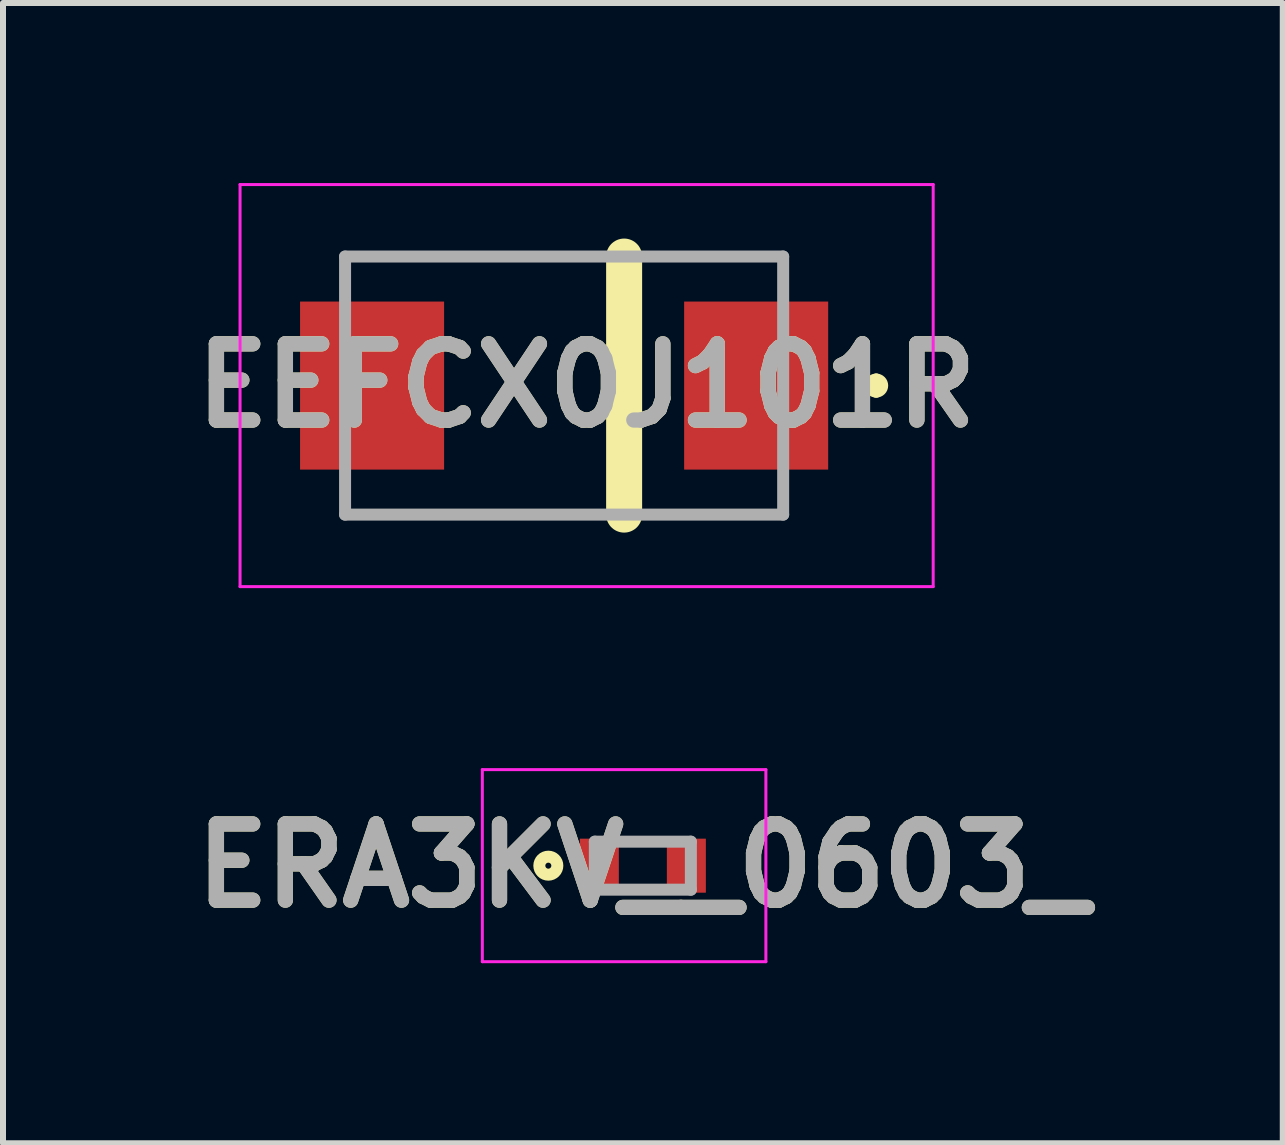
<source format=kicad_pcb>
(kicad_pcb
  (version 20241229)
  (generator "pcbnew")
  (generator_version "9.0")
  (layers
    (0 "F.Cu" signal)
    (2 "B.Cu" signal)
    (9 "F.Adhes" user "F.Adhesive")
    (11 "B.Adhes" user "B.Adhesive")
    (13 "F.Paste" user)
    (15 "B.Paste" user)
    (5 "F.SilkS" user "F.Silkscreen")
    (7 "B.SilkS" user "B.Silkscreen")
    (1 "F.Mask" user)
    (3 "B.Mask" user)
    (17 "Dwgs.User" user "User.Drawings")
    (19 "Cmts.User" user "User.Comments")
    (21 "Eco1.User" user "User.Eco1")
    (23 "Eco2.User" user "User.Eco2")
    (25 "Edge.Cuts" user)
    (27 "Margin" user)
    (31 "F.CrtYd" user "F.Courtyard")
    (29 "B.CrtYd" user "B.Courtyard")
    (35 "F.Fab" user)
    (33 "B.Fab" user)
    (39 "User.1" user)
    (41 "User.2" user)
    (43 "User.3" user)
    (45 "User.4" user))
  (footprint "EEFCX0J101R"
    (layer "F.Cu")
    (at 6.35 3.375)
    (property "Reference" "EEFCX0J101R" (at 0.375 0 0) (layer "F.SilkS") (effects (font (size 1.27 1.27) (thickness 0.254))))
    (attr smd)
    (fp_line (start -3.65 2.15) (end 3.65 2.15) (stroke (width 0.1) (type solid)) (layer "F.SilkS"))
    (fp_line (start 1 -2.15) (end 1 2.15) (stroke (width 0.6) (type solid)) (layer "F.SilkS"))
    (fp_line (start 3.65 -2.15) (end -3.65 -2.15) (stroke (width 0.1) (type solid)) (layer "F.SilkS"))
    (fp_line (start 5.2 -0.1) (end 5.2 -0.1) (stroke (width 0.2) (type solid)) (layer "F.SilkS"))
    (fp_line (start 5.2 0.1) (end 5.2 0.1) (stroke (width 0.2) (type solid)) (layer "F.SilkS"))
    (fp_arc (start 5.2 -0.1) (mid 5.3 0) (end 5.2 0.1) (stroke (width 0.2) (type solid)) (layer "F.SilkS"))
    (fp_arc (start 5.2 0.1) (mid 5.1 0) (end 5.2 -0.1) (stroke (width 0.2) (type solid)) (layer "F.SilkS"))
    (fp_line (start -5.4 -3.35) (end -5.4 3.35) (stroke (width 0.05) (type solid)) (layer "F.CrtYd"))
    (fp_line (start -5.4 3.35) (end 6.15 3.35) (stroke (width 0.05) (type solid)) (layer "F.CrtYd"))
    (fp_line (start 6.15 -3.35) (end -5.4 -3.35) (stroke (width 0.05) (type solid)) (layer "F.CrtYd"))
    (fp_line (start 6.15 3.35) (end 6.15 -3.35) (stroke (width 0.05) (type solid)) (layer "F.CrtYd"))
    (fp_line (start -3.65 -2.15) (end -3.65 2.15) (stroke (width 0.2) (type solid)) (layer "F.Fab"))
    (fp_line (start -3.65 2.15) (end 3.65 2.15) (stroke (width 0.2) (type solid)) (layer "F.Fab"))
    (fp_line (start 3.65 -2.15) (end -3.65 -2.15) (stroke (width 0.2) (type solid)) (layer "F.Fab"))
    (fp_line (start 3.65 2.15) (end 3.65 -2.15) (stroke (width 0.2) (type solid)) (layer "F.Fab"))
    (fp_text user "${REFERENCE}" (at 0.375 0 0) (layer "F.Fab") (effects (font (size 1.27 1.27) (thickness 0.254))))
    (pad "1" smd rect (at 3.2 0) (size 2.4 2.8) (layers "F.Cu" "F.Mask" "F.Paste"))
    (pad "2" smd rect (at -3.2 0) (size 2.4 2.8) (layers "F.Cu" "F.Mask" "F.Paste")))
  (footprint "ERA3KV__0603_"
    (layer "F.Cu")
    (at 7.662 11.375)
    (property "Reference" "ERA3KV__0603_" (at 0 0 0) (layer "F.SilkS") (effects (font (size 1.27 1.27) (thickness 0.254))))
    (attr smd)
    (fp_circle (center -1.575 0) (end -1.575 0.05) (stroke (width 0.2) (type solid)) (fill no) (layer "F.SilkS"))
    (fp_line (start -2.675 -1.6) (end 2.05 -1.6) (stroke (width 0.05) (type solid)) (layer "F.CrtYd"))
    (fp_line (start -2.675 1.6) (end -2.675 -1.6) (stroke (width 0.05) (type solid)) (layer "F.CrtYd"))
    (fp_line (start 2.05 -1.6) (end 2.05 1.6) (stroke (width 0.05) (type solid)) (layer "F.CrtYd"))
    (fp_line (start 2.05 1.6) (end -2.675 1.6) (stroke (width 0.05) (type solid)) (layer "F.CrtYd"))
    (fp_line (start -0.8 -0.4) (end 0.8 -0.4) (stroke (width 0.2) (type solid)) (layer "F.Fab"))
    (fp_line (start -0.8 0.4) (end -0.8 -0.4) (stroke (width 0.2) (type solid)) (layer "F.Fab"))
    (fp_line (start 0.8 -0.4) (end 0.8 0.4) (stroke (width 0.2) (type solid)) (layer "F.Fab"))
    (fp_line (start 0.8 0.4) (end -0.8 0.4) (stroke (width 0.2) (type solid)) (layer "F.Fab"))
    (fp_text user "${REFERENCE}" (at 0 0 0) (layer "F.Fab") (effects (font (size 1.27 1.27) (thickness 0.254))))
    (pad "1" smd rect (at -0.725 0) (size 0.65 0.9) (layers "F.Cu" "F.Mask" "F.Paste"))
    (pad "2" smd rect (at 0.725 0) (size 0.65 0.9) (layers "F.Cu" "F.Mask" "F.Paste")))
  (gr_rect
    (start -3 -3)
    (end 18.325 16)
    (stroke (width 0.1) (type default))
    (fill no)
    (layer "Edge.Cuts")))
</source>
